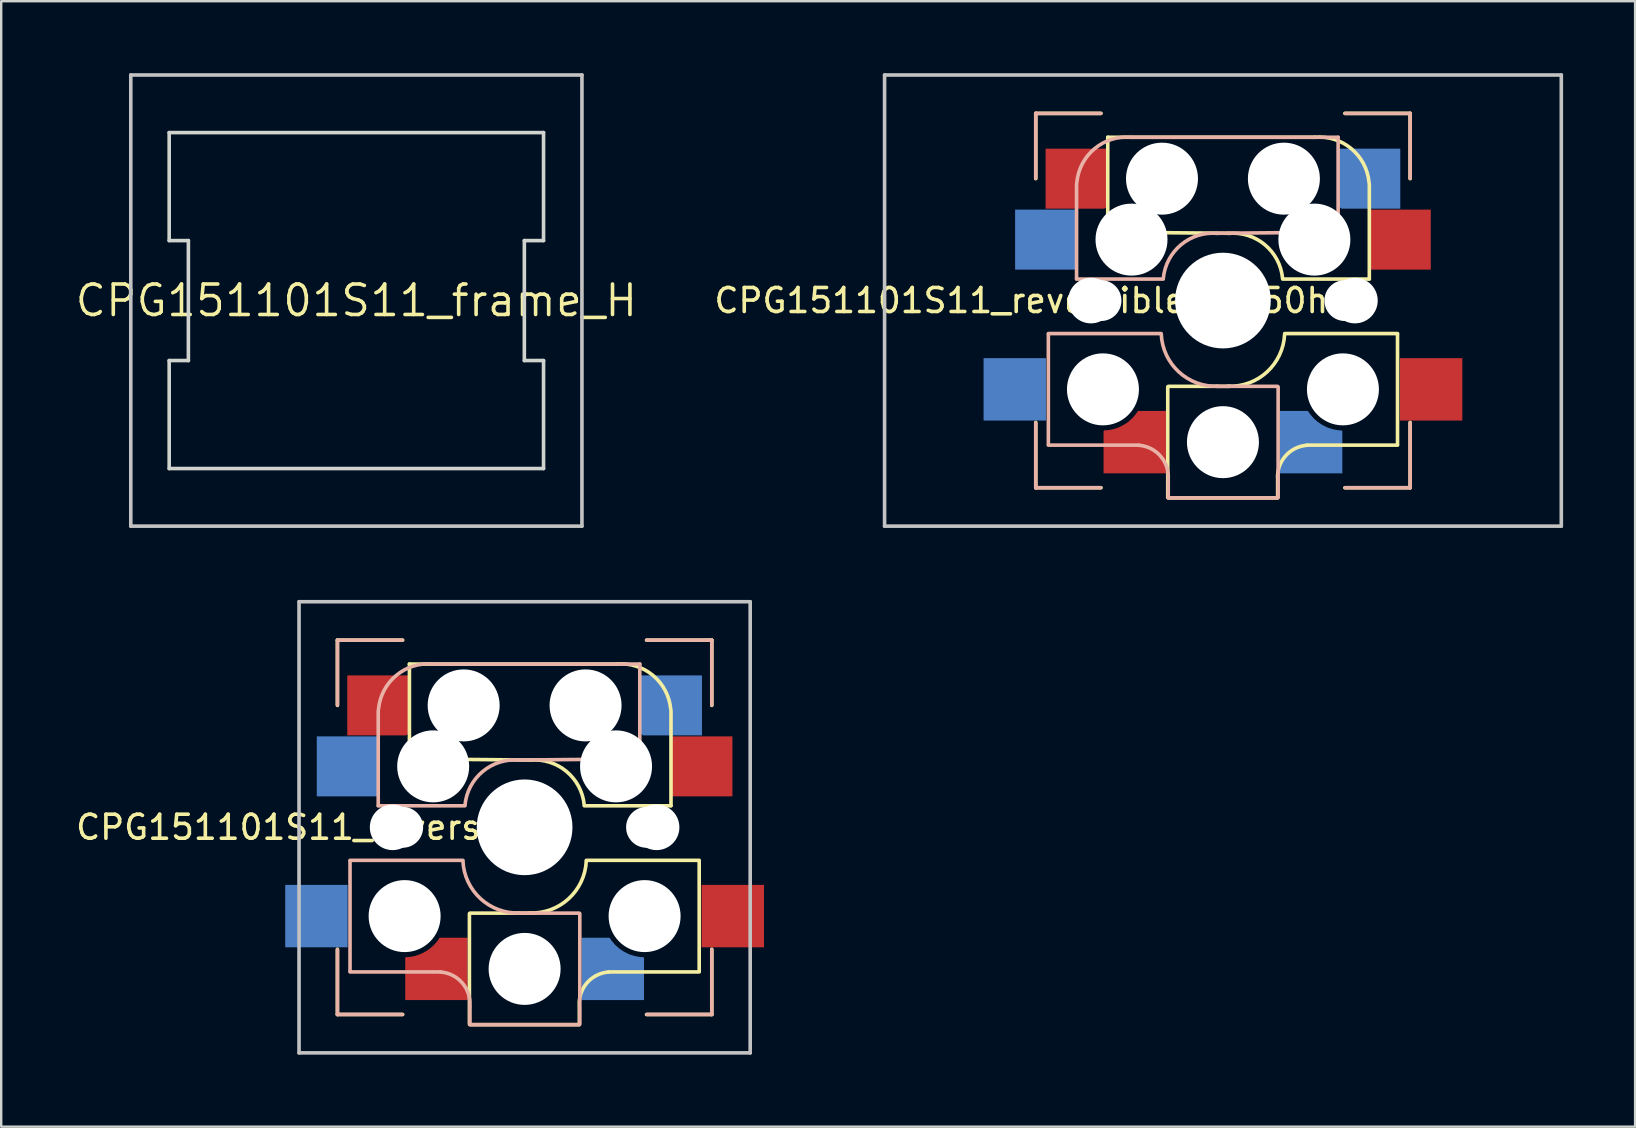
<source format=kicad_pcb>
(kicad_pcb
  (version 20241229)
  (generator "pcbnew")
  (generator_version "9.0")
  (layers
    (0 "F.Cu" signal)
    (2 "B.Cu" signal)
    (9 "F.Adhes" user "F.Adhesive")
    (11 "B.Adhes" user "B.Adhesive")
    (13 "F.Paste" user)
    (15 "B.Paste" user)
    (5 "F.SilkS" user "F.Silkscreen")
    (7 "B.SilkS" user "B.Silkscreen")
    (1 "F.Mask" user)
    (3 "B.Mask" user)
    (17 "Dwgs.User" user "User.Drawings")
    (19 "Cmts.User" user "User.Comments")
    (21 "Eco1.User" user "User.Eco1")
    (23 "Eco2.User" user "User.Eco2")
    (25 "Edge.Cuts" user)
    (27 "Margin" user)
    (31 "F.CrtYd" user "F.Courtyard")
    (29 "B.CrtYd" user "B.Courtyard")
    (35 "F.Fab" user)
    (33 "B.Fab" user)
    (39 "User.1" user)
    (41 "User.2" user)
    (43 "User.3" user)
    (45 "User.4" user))
  (footprint "CPG151101S11_frame_H"
    (layer "F.Cu")
    (at 11.8 9.475)
    (property "Reference" "CPG151101S11_frame_H" (at 0 0 0) (layer "F.SilkS") (effects (font (size 1.27 1.27) (thickness 0.15))))
    (attr through_hole)
    (fp_line (start -9.4 -9.4) (end 9.4 -9.4) (stroke (width 0.15) (type solid)) (layer "Dwgs.User"))
    (fp_line (start -9.4 9.4) (end -9.4 -9.4) (stroke (width 0.15) (type solid)) (layer "Dwgs.User"))
    (fp_line (start 9.4 -9.4) (end 9.4 9.4) (stroke (width 0.15) (type solid)) (layer "Dwgs.User"))
    (fp_line (start 9.4 9.4) (end -9.4 9.4) (stroke (width 0.15) (type solid)) (layer "Dwgs.User"))
    (fp_line (start -7.8 -7) (end 7.8 -7) (stroke (width 0.15) (type solid)) (layer "Edge.Cuts"))
    (fp_line (start -7.8 -2.5) (end -7.8 -7) (stroke (width 0.15) (type solid)) (layer "Edge.Cuts"))
    (fp_line (start -7.8 -2.5) (end -7 -2.5) (stroke (width 0.15) (type solid)) (layer "Edge.Cuts"))
    (fp_line (start -7.8 2.5) (end -7 2.5) (stroke (width 0.15) (type solid)) (layer "Edge.Cuts"))
    (fp_line (start -7.8 7) (end -7.8 2.5) (stroke (width 0.15) (type solid)) (layer "Edge.Cuts"))
    (fp_line (start -7.8 7) (end 7.8 7) (stroke (width 0.15) (type solid)) (layer "Edge.Cuts"))
    (fp_line (start -7 -2.5) (end -7 2.5) (stroke (width 0.15) (type solid)) (layer "Edge.Cuts"))
    (fp_line (start 7 -2.5) (end 7 2.5) (stroke (width 0.15) (type solid)) (layer "Edge.Cuts"))
    (fp_line (start 7 -2.5) (end 7.8 -2.5) (stroke (width 0.15) (type solid)) (layer "Edge.Cuts"))
    (fp_line (start 7 2.5) (end 7.8 2.5) (stroke (width 0.15) (type solid)) (layer "Edge.Cuts"))
    (fp_line (start 7.8 -2.5) (end 7.8 -7) (stroke (width 0.15) (type solid)) (layer "Edge.Cuts"))
    (fp_line (start 7.8 7) (end 7.8 2.5) (stroke (width 0.15) (type solid)) (layer "Edge.Cuts")))
  (footprint "CPG151101S11_reversible3_1.50h"
    (layer "F.Cu")
    (at 47.911 9.475)
    (property "Reference" "CPG151101S11_reversible3_1.50h" (at -8.4 0 180) (layer "F.SilkS") (effects (font (size 1 1) (thickness 0.15))))
    (attr through_hole)
    (fp_line (start -7.8 -7.8) (end -5.08 -7.8) (stroke (width 0.15) (type solid)) (layer "F.SilkS"))
    (fp_line (start -7.8 -5.08) (end -7.8 -7.8) (stroke (width 0.15) (type solid)) (layer "F.SilkS"))
    (fp_line (start -7.8 5.08) (end -7.8 7.8) (stroke (width 0.15) (type solid)) (layer "F.SilkS"))
    (fp_line (start -7.8 7.8) (end -5.08 7.8) (stroke (width 0.15) (type solid)) (layer "F.SilkS"))
    (fp_line (start -4.8 -6.804) (end 3.825 -6.804) (stroke (width 0.15) (type solid)) (layer "F.SilkS"))
    (fp_line (start -4.8 -2.896) (end -4.8 -6.804) (stroke (width 0.15) (type solid)) (layer "F.SilkS"))
    (fp_line (start -4.8 -2.85) (end 0.25 -2.804) (stroke (width 0.15) (type solid)) (layer "F.SilkS"))
    (fp_line (start -2.3 3.6) (end -2.3 8.2) (stroke (width 0.15) (type solid)) (layer "F.SilkS"))
    (fp_line (start -2.275 3.575) (end 0.275 3.575) (stroke (width 0.15) (type solid)) (layer "F.SilkS"))
    (fp_line (start -2.275 8.225) (end 2.275 8.225) (stroke (width 0.15) (type solid)) (layer "F.SilkS"))
    (fp_line (start 2.28 7.5) (end 2.28 8.2) (stroke (width 0.15) (type solid)) (layer "F.SilkS"))
    (fp_line (start 2.575 1.375) (end 7.275 1.375) (stroke (width 0.15) (type solid)) (layer "F.SilkS"))
    (fp_line (start 3.5 6.025) (end 7.275 6.025) (stroke (width 0.15) (type solid)) (layer "F.SilkS"))
    (fp_line (start 5.08 7.8) (end 7.8 7.8) (stroke (width 0.15) (type solid)) (layer "F.SilkS"))
    (fp_line (start 6.1 -4.85) (end 6.1 -0.905) (stroke (width 0.15) (type solid)) (layer "F.SilkS"))
    (fp_line (start 6.1 -0.896) (end 2.49 -0.896) (stroke (width 0.15) (type solid)) (layer "F.SilkS"))
    (fp_line (start 7.275 1.4) (end 7.275 6) (stroke (width 0.15) (type solid)) (layer "F.SilkS"))
    (fp_line (start 7.8 -7.8) (end 5.08 -7.8) (stroke (width 0.15) (type solid)) (layer "F.SilkS"))
    (fp_line (start 7.8 -5.08) (end 7.8 -7.8) (stroke (width 0.15) (type solid)) (layer "F.SilkS"))
    (fp_line (start 7.8 7.8) (end 7.8 5.08) (stroke (width 0.15) (type solid)) (layer "F.SilkS"))
    (fp_arc (start 0.225 -2.8) (mid 1.744361 -2.328062) (end 2.485001 -0.920001) (stroke (width 0.15) (type solid)) (layer "F.SilkS"))
    (fp_arc (start 2.279999 7.449999) (mid 2.595908 6.487329) (end 3.5 6.03) (stroke (width 0.15) (type solid)) (layer "F.SilkS"))
    (fp_arc (start 2.57 1.4) (mid 1.834422 2.975843) (end 0.2 3.57) (stroke (width 0.15) (type solid)) (layer "F.SilkS"))
    (fp_arc (start 3.825 -6.804) (mid 5.347189 -6.33089) (end 6.089 -4.92) (stroke (width 0.15) (type solid)) (layer "F.SilkS"))
    (fp_line (start -7.8 -7.8) (end -5.1 -7.8) (stroke (width 0.15) (type solid)) (layer "B.SilkS"))
    (fp_line (start -7.8 -5.1) (end -7.8 -7.8) (stroke (width 0.15) (type solid)) (layer "B.SilkS"))
    (fp_line (start -7.8 7.8) (end -7.8 5.1) (stroke (width 0.15) (type solid)) (layer "B.SilkS"))
    (fp_line (start -7.275 1.4) (end -7.275 6) (stroke (width 0.15) (type solid)) (layer "B.SilkS"))
    (fp_line (start -6.1 -4.85) (end -6.1 -0.905) (stroke (width 0.15) (type solid)) (layer "B.SilkS"))
    (fp_line (start -6.1 -0.896) (end -2.49 -0.896) (stroke (width 0.15) (type solid)) (layer "B.SilkS"))
    (fp_line (start -5.1 7.8) (end -7.8 7.8) (stroke (width 0.15) (type solid)) (layer "B.SilkS"))
    (fp_line (start -3.5 6.025) (end -7.275 6.025) (stroke (width 0.15) (type solid)) (layer "B.SilkS"))
    (fp_line (start -2.575 1.375) (end -7.275 1.375) (stroke (width 0.15) (type solid)) (layer "B.SilkS"))
    (fp_line (start -2.28 7.5) (end -2.28 8.2) (stroke (width 0.15) (type solid)) (layer "B.SilkS"))
    (fp_line (start 2.275 3.575) (end -0.275 3.575) (stroke (width 0.15) (type solid)) (layer "B.SilkS"))
    (fp_line (start 2.275 8.225) (end -2.275 8.225) (stroke (width 0.15) (type solid)) (layer "B.SilkS"))
    (fp_line (start 2.3 3.6) (end 2.3 8.2) (stroke (width 0.15) (type solid)) (layer "B.SilkS"))
    (fp_line (start 4.8 -6.804) (end -3.825 -6.804) (stroke (width 0.15) (type solid)) (layer "B.SilkS"))
    (fp_line (start 4.8 -2.896) (end 4.8 -6.804) (stroke (width 0.15) (type solid)) (layer "B.SilkS"))
    (fp_line (start 4.8 -2.85) (end -0.25 -2.804) (stroke (width 0.15) (type solid)) (layer "B.SilkS"))
    (fp_line (start 5.1 -7.8) (end 7.8 -7.8) (stroke (width 0.15) (type solid)) (layer "B.SilkS"))
    (fp_line (start 7.8 -7.8) (end 7.8 -5.1) (stroke (width 0.15) (type solid)) (layer "B.SilkS"))
    (fp_line (start 7.8 5.1) (end 7.8 7.8) (stroke (width 0.15) (type solid)) (layer "B.SilkS"))
    (fp_line (start 7.8 7.8) (end 5.1 7.8) (stroke (width 0.15) (type solid)) (layer "B.SilkS"))
    (fp_arc (start -6.089 -4.92) (mid -5.347189 -6.33089) (end -3.825 -6.804) (stroke (width 0.15) (type solid)) (layer "B.SilkS"))
    (fp_arc (start -3.5 6.03) (mid -2.595908 6.48733) (end -2.28 7.45) (stroke (width 0.15) (type solid)) (layer "B.SilkS"))
    (fp_arc (start -2.484999 -0.920001) (mid -1.74436 -2.328062) (end -0.225 -2.8) (stroke (width 0.15) (type solid)) (layer "B.SilkS"))
    (fp_arc (start -0.2 3.57) (mid -1.834422 2.975843) (end -2.57 1.4) (stroke (width 0.15) (type solid)) (layer "B.SilkS"))
    (fp_line (start -14.1 -9.4) (end 14.1 -9.4) (stroke (width 0.15) (type solid)) (layer "Dwgs.User"))
    (fp_line (start -14.1 9.4) (end -14.1 -9.4) (stroke (width 0.15) (type solid)) (layer "Dwgs.User"))
    (fp_line (start 14.1 -9.4) (end 14.1 9.4) (stroke (width 0.15) (type solid)) (layer "Dwgs.User"))
    (fp_line (start 14.1 9.4) (end -14.1 9.4) (stroke (width 0.15) (type solid)) (layer "Dwgs.User"))
    (fp_line (start -7 7) (end -7 -7) (stroke (width 0.15) (type solid)) (layer "Eco2.User"))
    (fp_line (start -7 7) (end 7 7) (stroke (width 0.15) (type solid)) (layer "Eco2.User"))
    (fp_line (start 7 -7) (end -7 -7) (stroke (width 0.15) (type solid)) (layer "Eco2.User"))
    (fp_line (start 7 -7) (end 7 7) (stroke (width 0.15) (type solid)) (layer "Eco2.User"))
    (pad "" np_thru_hole circle (at -5.5 0) (size 1.9 1.9) (drill 1.9) (layers "*.Cu" "*.Mask"))
    (pad "" np_thru_hole circle (at -5.08 0) (size 1.702 1.702) (drill 1.702) (layers "*.Cu" "*.Mask"))
    (pad "" np_thru_hole circle (at -5 3.7) (size 3 3) (drill 3) (layers "*.Cu" "*.Mask"))
    (pad "" np_thru_hole circle (at -3.81 -2.54) (size 3 3) (drill 3) (layers "*.Cu" "*.Mask"))
    (pad "" np_thru_hole circle (at -2.54 -5.08) (size 3 3) (drill 3) (layers "*.Cu" "*.Mask"))
    (pad "" np_thru_hole circle (at 0 0) (size 3.988 3.988) (drill 3.988) (layers "*.Cu" "*.Mask"))
    (pad "" np_thru_hole circle (at 0 5.9 90) (size 3 3) (drill 3) (layers "*.Cu" "*.Mask"))
    (pad "" np_thru_hole circle (at 2.54 -5.08) (size 3 3) (drill 3) (layers "*.Cu" "*.Mask"))
    (pad "" np_thru_hole circle (at 3.81 -2.54) (size 3 3) (drill 3) (layers "*.Cu" "*.Mask"))
    (pad "" np_thru_hole circle (at 5 3.7) (size 3 3) (drill 3) (layers "*.Cu" "*.Mask"))
    (pad "" np_thru_hole circle (at 5.08 0) (size 1.702 1.702) (drill 1.702) (layers "*.Cu" "*.Mask"))
    (pad "" np_thru_hole circle (at 5.5 0) (size 1.9 1.9) (drill 1.9) (layers "*.Cu" "*.Mask"))
    (pad "1" smd rect (at -8.675 3.7) (size 2.6 2.6) (layers "B.Cu" "B.Mask" "B.Paste"))
    (pad "1" smd rect (at -7.385 -2.54) (size 2.55 2.5) (layers "B.Cu" "B.Mask" "B.Paste"))
    (pad "1" smd custom (at -6.115 -5.08) (size 1.8 1.8) (layers "F.Cu" "F.Mask" "F.Paste") (options (anchor rect)) (primitives (gr_poly (pts (xy 1.275 -1.25) (xy 1.275 1.175) (xy 1.175 1.25) (xy -1.275 1.25) (xy -1.275 -1.25)) (width 0) (fill yes))))
    (pad "1" smd rect (at 8.675 3.7) (size 2.6 2.6) (layers "F.Cu" "F.Mask" "F.Paste"))
    (pad "2" smd custom (at -3.675 5.9) (size 1.2 1.2) (layers "F.Cu" "F.Mask" "F.Paste") (options (anchor rect)) (primitives (gr_poly (pts (xy 0.15 -1.3) (xy -0.05 -1) (xy -0.3 -0.8) (xy -0.7 -0.6) (xy -0.95 -0.5) (xy -1.3 -0.44) (xy -1.3 1.3) (xy 1.3 1.3) (xy 1.3 -1.3)) (width 0) (fill yes)) (gr_arc (start 0.152398 -1.259777) (mid -0.453976 -0.680776) (end -1.26 -0.45) (width 0.08))))
    (pad "2" smd custom (at 3.675 5.9 180) (size 1.2 1.2) (layers "B.Cu" "B.Mask" "B.Paste") (options (anchor rect)) (primitives (gr_poly (pts (xy 0.15 1.3) (xy -0.05 1) (xy -0.3 0.8) (xy -0.7 0.6) (xy -0.95 0.5) (xy -1.3 0.44) (xy -1.3 -1.3) (xy 1.3 -1.3) (xy 1.3 1.3)) (width 0) (fill yes)) (gr_arc (start -1.26 0.45) (mid -0.453976 0.680776) (end 0.152398 1.259777) (width 0.08))))
    (pad "2" smd custom (at 6.115 -5.08 180) (size 1.8 1.8) (layers "B.Cu" "B.Mask" "B.Paste") (options (anchor rect)) (primitives (gr_poly (pts (xy 1.275 1.25) (xy 1.275 -1.175) (xy 1.175 -1.25) (xy -1.275 -1.25) (xy -1.275 1.25)) (width 0) (fill yes))))
    (pad "2" smd rect (at 7.385 -2.54) (size 2.55 2.5) (layers "F.Cu" "F.Mask" "F.Paste")))
  (footprint "CPG151101S11_reversible3"
    (layer "F.Cu")
    (at 18.811 31.425)
    (property "Reference" "CPG151101S11_reversible3" (at -8.4 0 180) (layer "F.SilkS") (effects (font (size 1 1) (thickness 0.15))))
    (attr through_hole)
    (fp_line (start -7.8 -7.8) (end -5.08 -7.8) (stroke (width 0.15) (type solid)) (layer "F.SilkS"))
    (fp_line (start -7.8 -5.08) (end -7.8 -7.8) (stroke (width 0.15) (type solid)) (layer "F.SilkS"))
    (fp_line (start -7.8 5.08) (end -7.8 7.8) (stroke (width 0.15) (type solid)) (layer "F.SilkS"))
    (fp_line (start -7.8 7.8) (end -5.08 7.8) (stroke (width 0.15) (type solid)) (layer "F.SilkS"))
    (fp_line (start -4.8 -6.804) (end 3.825 -6.804) (stroke (width 0.15) (type solid)) (layer "F.SilkS"))
    (fp_line (start -4.8 -2.896) (end -4.8 -6.804) (stroke (width 0.15) (type solid)) (layer "F.SilkS"))
    (fp_line (start -4.8 -2.85) (end 0.25 -2.804) (stroke (width 0.15) (type solid)) (layer "F.SilkS"))
    (fp_line (start -2.3 3.6) (end -2.3 8.2) (stroke (width 0.15) (type solid)) (layer "F.SilkS"))
    (fp_line (start -2.275 3.575) (end 0.275 3.575) (stroke (width 0.15) (type solid)) (layer "F.SilkS"))
    (fp_line (start -2.275 8.225) (end 2.275 8.225) (stroke (width 0.15) (type solid)) (layer "F.SilkS"))
    (fp_line (start 2.28 7.5) (end 2.28 8.2) (stroke (width 0.15) (type solid)) (layer "F.SilkS"))
    (fp_line (start 2.575 1.375) (end 7.275 1.375) (stroke (width 0.15) (type solid)) (layer "F.SilkS"))
    (fp_line (start 3.5 6.025) (end 7.275 6.025) (stroke (width 0.15) (type solid)) (layer "F.SilkS"))
    (fp_line (start 5.08 7.8) (end 7.8 7.8) (stroke (width 0.15) (type solid)) (layer "F.SilkS"))
    (fp_line (start 6.1 -4.85) (end 6.1 -0.905) (stroke (width 0.15) (type solid)) (layer "F.SilkS"))
    (fp_line (start 6.1 -0.896) (end 2.49 -0.896) (stroke (width 0.15) (type solid)) (layer "F.SilkS"))
    (fp_line (start 7.275 1.4) (end 7.275 6) (stroke (width 0.15) (type solid)) (layer "F.SilkS"))
    (fp_line (start 7.8 -7.8) (end 5.08 -7.8) (stroke (width 0.15) (type solid)) (layer "F.SilkS"))
    (fp_line (start 7.8 -5.08) (end 7.8 -7.8) (stroke (width 0.15) (type solid)) (layer "F.SilkS"))
    (fp_line (start 7.8 7.8) (end 7.8 5.08) (stroke (width 0.15) (type solid)) (layer "F.SilkS"))
    (fp_arc (start 0.225 -2.8) (mid 1.744361 -2.328062) (end 2.485001 -0.920001) (stroke (width 0.15) (type solid)) (layer "F.SilkS"))
    (fp_arc (start 2.279999 7.449999) (mid 2.595908 6.487329) (end 3.5 6.03) (stroke (width 0.15) (type solid)) (layer "F.SilkS"))
    (fp_arc (start 2.57 1.4) (mid 1.834422 2.975843) (end 0.2 3.57) (stroke (width 0.15) (type solid)) (layer "F.SilkS"))
    (fp_arc (start 3.825 -6.804) (mid 5.347189 -6.33089) (end 6.089 -4.92) (stroke (width 0.15) (type solid)) (layer "F.SilkS"))
    (fp_line (start -7.8 -7.8) (end -5.1 -7.8) (stroke (width 0.15) (type solid)) (layer "B.SilkS"))
    (fp_line (start -7.8 -5.1) (end -7.8 -7.8) (stroke (width 0.15) (type solid)) (layer "B.SilkS"))
    (fp_line (start -7.8 7.8) (end -7.8 5.1) (stroke (width 0.15) (type solid)) (layer "B.SilkS"))
    (fp_line (start -7.275 1.4) (end -7.275 6) (stroke (width 0.15) (type solid)) (layer "B.SilkS"))
    (fp_line (start -6.1 -4.85) (end -6.1 -0.905) (stroke (width 0.15) (type solid)) (layer "B.SilkS"))
    (fp_line (start -6.1 -0.896) (end -2.49 -0.896) (stroke (width 0.15) (type solid)) (layer "B.SilkS"))
    (fp_line (start -5.1 7.8) (end -7.8 7.8) (stroke (width 0.15) (type solid)) (layer "B.SilkS"))
    (fp_line (start -3.5 6.025) (end -7.275 6.025) (stroke (width 0.15) (type solid)) (layer "B.SilkS"))
    (fp_line (start -2.575 1.375) (end -7.275 1.375) (stroke (width 0.15) (type solid)) (layer "B.SilkS"))
    (fp_line (start -2.28 7.5) (end -2.28 8.2) (stroke (width 0.15) (type solid)) (layer "B.SilkS"))
    (fp_line (start 2.275 3.575) (end -0.275 3.575) (stroke (width 0.15) (type solid)) (layer "B.SilkS"))
    (fp_line (start 2.275 8.225) (end -2.275 8.225) (stroke (width 0.15) (type solid)) (layer "B.SilkS"))
    (fp_line (start 2.3 3.6) (end 2.3 8.2) (stroke (width 0.15) (type solid)) (layer "B.SilkS"))
    (fp_line (start 4.8 -6.804) (end -3.825 -6.804) (stroke (width 0.15) (type solid)) (layer "B.SilkS"))
    (fp_line (start 4.8 -2.896) (end 4.8 -6.804) (stroke (width 0.15) (type solid)) (layer "B.SilkS"))
    (fp_line (start 4.8 -2.85) (end -0.25 -2.804) (stroke (width 0.15) (type solid)) (layer "B.SilkS"))
    (fp_line (start 5.1 -7.8) (end 7.8 -7.8) (stroke (width 0.15) (type solid)) (layer "B.SilkS"))
    (fp_line (start 7.8 -7.8) (end 7.8 -5.1) (stroke (width 0.15) (type solid)) (layer "B.SilkS"))
    (fp_line (start 7.8 5.1) (end 7.8 7.8) (stroke (width 0.15) (type solid)) (layer "B.SilkS"))
    (fp_line (start 7.8 7.8) (end 5.1 7.8) (stroke (width 0.15) (type solid)) (layer "B.SilkS"))
    (fp_arc (start -6.089 -4.92) (mid -5.347189 -6.33089) (end -3.825 -6.804) (stroke (width 0.15) (type solid)) (layer "B.SilkS"))
    (fp_arc (start -3.5 6.03) (mid -2.595908 6.48733) (end -2.28 7.45) (stroke (width 0.15) (type solid)) (layer "B.SilkS"))
    (fp_arc (start -2.484999 -0.920001) (mid -1.74436 -2.328062) (end -0.225 -2.8) (stroke (width 0.15) (type solid)) (layer "B.SilkS"))
    (fp_arc (start -0.2 3.57) (mid -1.834422 2.975843) (end -2.57 1.4) (stroke (width 0.15) (type solid)) (layer "B.SilkS"))
    (fp_line (start -9.4 -9.4) (end 9.4 -9.4) (stroke (width 0.15) (type solid)) (layer "Dwgs.User"))
    (fp_line (start -9.4 9.4) (end -9.4 -9.4) (stroke (width 0.15) (type solid)) (layer "Dwgs.User"))
    (fp_line (start 9.4 -9.4) (end 9.4 9.4) (stroke (width 0.15) (type solid)) (layer "Dwgs.User"))
    (fp_line (start 9.4 9.4) (end -9.4 9.4) (stroke (width 0.15) (type solid)) (layer "Dwgs.User"))
    (fp_line (start -7 7) (end -7 -7) (stroke (width 0.15) (type solid)) (layer "Eco2.User"))
    (fp_line (start -7 7) (end 7 7) (stroke (width 0.15) (type solid)) (layer "Eco2.User"))
    (fp_line (start 7 -7) (end -7 -7) (stroke (width 0.15) (type solid)) (layer "Eco2.User"))
    (fp_line (start 7 -7) (end 7 7) (stroke (width 0.15) (type solid)) (layer "Eco2.User"))
    (pad "" np_thru_hole circle (at -5.5 0) (size 1.9 1.9) (drill 1.9) (layers "*.Cu" "*.Mask"))
    (pad "" np_thru_hole circle (at -5.08 0) (size 1.702 1.702) (drill 1.702) (layers "*.Cu" "*.Mask"))
    (pad "" np_thru_hole circle (at -5 3.7) (size 3 3) (drill 3) (layers "*.Cu" "*.Mask"))
    (pad "" np_thru_hole circle (at -3.81 -2.54) (size 3 3) (drill 3) (layers "*.Cu" "*.Mask"))
    (pad "" np_thru_hole circle (at -2.54 -5.08) (size 3 3) (drill 3) (layers "*.Cu" "*.Mask"))
    (pad "" np_thru_hole circle (at 0 0) (size 3.988 3.988) (drill 3.988) (layers "*.Cu" "*.Mask"))
    (pad "" np_thru_hole circle (at 0 5.9 90) (size 3 3) (drill 3) (layers "*.Cu" "*.Mask"))
    (pad "" np_thru_hole circle (at 2.54 -5.08) (size 3 3) (drill 3) (layers "*.Cu" "*.Mask"))
    (pad "" np_thru_hole circle (at 3.81 -2.54) (size 3 3) (drill 3) (layers "*.Cu" "*.Mask"))
    (pad "" np_thru_hole circle (at 5 3.7) (size 3 3) (drill 3) (layers "*.Cu" "*.Mask"))
    (pad "" np_thru_hole circle (at 5.08 0) (size 1.702 1.702) (drill 1.702) (layers "*.Cu" "*.Mask"))
    (pad "" np_thru_hole circle (at 5.5 0) (size 1.9 1.9) (drill 1.9) (layers "*.Cu" "*.Mask"))
    (pad "1" smd rect (at -8.675 3.7) (size 2.6 2.6) (layers "B.Cu" "B.Mask" "B.Paste"))
    (pad "1" smd rect (at -7.385 -2.54) (size 2.55 2.5) (layers "B.Cu" "B.Mask" "B.Paste"))
    (pad "1" smd custom (at -6.115 -5.08) (size 1.8 1.8) (layers "F.Cu" "F.Mask" "F.Paste") (options (anchor rect)) (primitives (gr_poly (pts (xy 1.275 -1.25) (xy 1.275 1.175) (xy 1.175 1.25) (xy -1.275 1.25) (xy -1.275 -1.25)) (width 0) (fill yes))))
    (pad "1" smd rect (at 8.675 3.7) (size 2.6 2.6) (layers "F.Cu" "F.Mask" "F.Paste"))
    (pad "2" smd custom (at -3.675 5.9) (size 1.2 1.2) (layers "F.Cu" "F.Mask" "F.Paste") (options (anchor rect)) (primitives (gr_poly (pts (xy 0.15 -1.3) (xy -0.05 -1) (xy -0.3 -0.8) (xy -0.7 -0.6) (xy -0.95 -0.5) (xy -1.3 -0.44) (xy -1.3 1.3) (xy 1.3 1.3) (xy 1.3 -1.3)) (width 0) (fill yes)) (gr_arc (start 0.152398 -1.259777) (mid -0.453976 -0.680776) (end -1.26 -0.45) (width 0.08))))
    (pad "2" smd custom (at 3.675 5.9 180) (size 1.2 1.2) (layers "B.Cu" "B.Mask" "B.Paste") (options (anchor rect)) (primitives (gr_poly (pts (xy 0.15 1.3) (xy -0.05 1) (xy -0.3 0.8) (xy -0.7 0.6) (xy -0.95 0.5) (xy -1.3 0.44) (xy -1.3 -1.3) (xy 1.3 -1.3) (xy 1.3 1.3)) (width 0) (fill yes)) (gr_arc (start -1.26 0.45) (mid -0.453976 0.680776) (end 0.152398 1.259777) (width 0.08))))
    (pad "2" smd custom (at 6.115 -5.08 180) (size 1.8 1.8) (layers "B.Cu" "B.Mask" "B.Paste") (options (anchor rect)) (primitives (gr_poly (pts (xy 1.275 1.25) (xy 1.275 -1.175) (xy 1.175 -1.25) (xy -1.275 -1.25) (xy -1.275 1.25)) (width 0) (fill yes))))
    (pad "2" smd rect (at 7.385 -2.54) (size 2.55 2.5) (layers "F.Cu" "F.Mask" "F.Paste")))
  (gr_rect
    (start -3 -3)
    (end 65.086 43.9)
    (stroke (width 0.1) (type default))
    (fill no)
    (layer "Edge.Cuts")))
</source>
